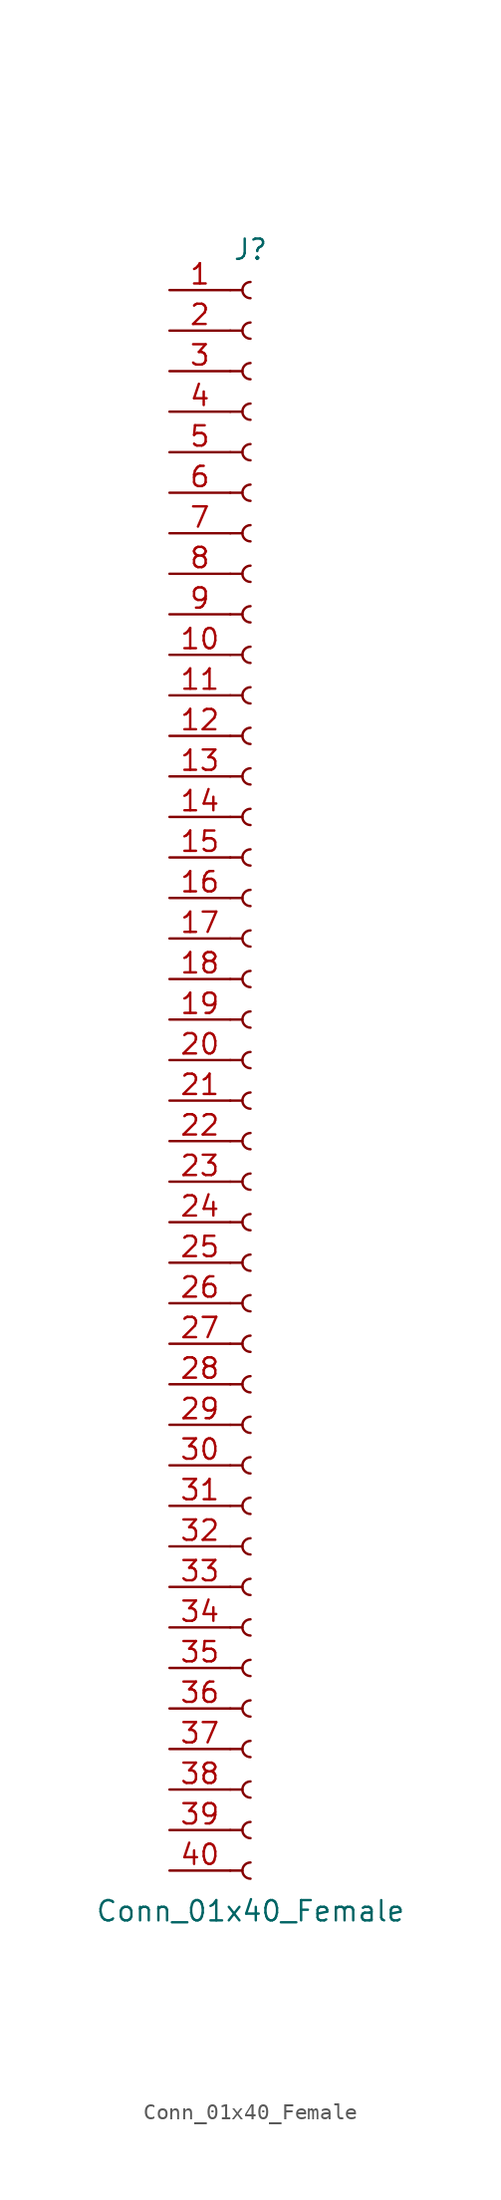
<source format=kicad_sym>
(kicad_symbol_lib
  (version 20220914)
  (generator kicad_symbol_editor)
  (symbol "Conn_01x40_Female"
    (pin_names
      (offset 1.016) hide)
    (property "Reference" "J"
      (at 0 50.8 0)
      (effects (font (size 1.27 1.27))))
    (property "Value" "Conn_01x40_Female"
      (at 0 -53.34 0)
      (effects (font (size 1.27 1.27))))
    (symbol "Conn_01x40_Female_1_1"
      (arc (start 0 -50.292) (mid -0.5058 -50.8) (end 0 -51.308) (stroke (width 0.1524) (type solid)) (fill (type none)))
      (arc (start 0 -47.752) (mid -0.5058 -48.26) (end 0 -48.768) (stroke (width 0.1524) (type solid)) (fill (type none)))
      (arc (start 0 -45.212) (mid -0.5058 -45.72) (end 0 -46.228) (stroke (width 0.1524) (type solid)) (fill (type none)))
      (arc (start 0 -42.672) (mid -0.5058 -43.18) (end 0 -43.688) (stroke (width 0.1524) (type solid)) (fill (type none)))
      (arc (start 0 -40.132) (mid -0.5058 -40.64) (end 0 -41.148) (stroke (width 0.1524) (type solid)) (fill (type none)))
      (arc (start 0 -37.592) (mid -0.5058 -38.1) (end 0 -38.608) (stroke (width 0.1524) (type solid)) (fill (type none)))
      (arc (start 0 -35.052) (mid -0.5058 -35.56) (end 0 -36.068) (stroke (width 0.1524) (type solid)) (fill (type none)))
      (arc (start 0 -32.512) (mid -0.5058 -33.02) (end 0 -33.528) (stroke (width 0.1524) (type solid)) (fill (type none)))
      (arc (start 0 -29.972) (mid -0.5058 -30.48) (end 0 -30.988) (stroke (width 0.1524) (type solid)) (fill (type none)))
      (arc (start 0 -27.432) (mid -0.5058 -27.94) (end 0 -28.448) (stroke (width 0.1524) (type solid)) (fill (type none)))
      (arc (start 0 -24.892) (mid -0.5058 -25.4) (end 0 -25.908) (stroke (width 0.1524) (type solid)) (fill (type none)))
      (arc (start 0 -22.352) (mid -0.5058 -22.86) (end 0 -23.368) (stroke (width 0.1524) (type solid)) (fill (type none)))
      (arc (start 0 -19.812) (mid -0.5058 -20.32) (end 0 -20.828) (stroke (width 0.1524) (type solid)) (fill (type none)))
      (arc (start 0 -17.272) (mid -0.5058 -17.78) (end 0 -18.288) (stroke (width 0.1524) (type solid)) (fill (type none)))
      (arc (start 0 -14.732) (mid -0.5058 -15.24) (end 0 -15.748) (stroke (width 0.1524) (type solid)) (fill (type none)))
      (arc (start 0 -12.192) (mid -0.5058 -12.7) (end 0 -13.208) (stroke (width 0.1524) (type solid)) (fill (type none)))
      (arc (start 0 -9.652) (mid -0.5058 -10.16) (end 0 -10.668) (stroke (width 0.1524) (type solid)) (fill (type none)))
      (arc (start 0 -7.112) (mid -0.5058 -7.62) (end 0 -8.128) (stroke (width 0.1524) (type solid)) (fill (type none)))
      (arc (start 0 -4.572) (mid -0.5058 -5.08) (end 0 -5.588) (stroke (width 0.1524) (type solid)) (fill (type none)))
      (arc (start 0 -2.032) (mid -0.5058 -2.54) (end 0 -3.048) (stroke (width 0.1524) (type solid)) (fill (type none)))
      (polyline (pts (xy -1.27 -50.8) (xy -0.508 -50.8)) (stroke (width 0.152) (type solid)) (fill (type none)))
      (polyline (pts (xy -1.27 -48.26) (xy -0.508 -48.26)) (stroke (width 0.152) (type solid)) (fill (type none)))
      (polyline (pts (xy -1.27 -45.72) (xy -0.508 -45.72)) (stroke (width 0.152) (type solid)) (fill (type none)))
      (polyline (pts (xy -1.27 -43.18) (xy -0.508 -43.18)) (stroke (width 0.152) (type solid)) (fill (type none)))
      (polyline (pts (xy -1.27 -40.64) (xy -0.508 -40.64)) (stroke (width 0.152) (type solid)) (fill (type none)))
      (polyline (pts (xy -1.27 -38.1) (xy -0.508 -38.1)) (stroke (width 0.152) (type solid)) (fill (type none)))
      (polyline (pts (xy -1.27 -35.56) (xy -0.508 -35.56)) (stroke (width 0.152) (type solid)) (fill (type none)))
      (polyline (pts (xy -1.27 -33.02) (xy -0.508 -33.02)) (stroke (width 0.152) (type solid)) (fill (type none)))
      (polyline (pts (xy -1.27 -30.48) (xy -0.508 -30.48)) (stroke (width 0.152) (type solid)) (fill (type none)))
      (polyline (pts (xy -1.27 -27.94) (xy -0.508 -27.94)) (stroke (width 0.152) (type solid)) (fill (type none)))
      (polyline (pts (xy -1.27 -25.4) (xy -0.508 -25.4)) (stroke (width 0.152) (type solid)) (fill (type none)))
      (polyline (pts (xy -1.27 -22.86) (xy -0.508 -22.86)) (stroke (width 0.152) (type solid)) (fill (type none)))
      (polyline (pts (xy -1.27 -20.32) (xy -0.508 -20.32)) (stroke (width 0.152) (type solid)) (fill (type none)))
      (polyline (pts (xy -1.27 -17.78) (xy -0.508 -17.78)) (stroke (width 0.152) (type solid)) (fill (type none)))
      (polyline (pts (xy -1.27 -15.24) (xy -0.508 -15.24)) (stroke (width 0.152) (type solid)) (fill (type none)))
      (polyline (pts (xy -1.27 -12.7) (xy -0.508 -12.7)) (stroke (width 0.152) (type solid)) (fill (type none)))
      (polyline (pts (xy -1.27 -10.16) (xy -0.508 -10.16)) (stroke (width 0.152) (type solid)) (fill (type none)))
      (polyline (pts (xy -1.27 -7.62) (xy -0.508 -7.62)) (stroke (width 0.152) (type solid)) (fill (type none)))
      (polyline (pts (xy -1.27 -5.08) (xy -0.508 -5.08)) (stroke (width 0.152) (type solid)) (fill (type none)))
      (polyline (pts (xy -1.27 -2.54) (xy -0.508 -2.54)) (stroke (width 0.152) (type solid)) (fill (type none)))
      (polyline (pts (xy -1.27 0) (xy -0.508 0)) (stroke (width 0.152) (type solid)) (fill (type none)))
      (polyline (pts (xy -1.27 2.54) (xy -0.508 2.54)) (stroke (width 0.152) (type solid)) (fill (type none)))
      (polyline (pts (xy -1.27 5.08) (xy -0.508 5.08)) (stroke (width 0.152) (type solid)) (fill (type none)))
      (polyline (pts (xy -1.27 7.62) (xy -0.508 7.62)) (stroke (width 0.152) (type solid)) (fill (type none)))
      (polyline (pts (xy -1.27 10.16) (xy -0.508 10.16)) (stroke (width 0.152) (type solid)) (fill (type none)))
      (polyline (pts (xy -1.27 12.7) (xy -0.508 12.7)) (stroke (width 0.152) (type solid)) (fill (type none)))
      (polyline (pts (xy -1.27 15.24) (xy -0.508 15.24)) (stroke (width 0.152) (type solid)) (fill (type none)))
      (polyline (pts (xy -1.27 17.78) (xy -0.508 17.78)) (stroke (width 0.152) (type solid)) (fill (type none)))
      (polyline (pts (xy -1.27 20.32) (xy -0.508 20.32)) (stroke (width 0.152) (type solid)) (fill (type none)))
      (polyline (pts (xy -1.27 22.86) (xy -0.508 22.86)) (stroke (width 0.152) (type solid)) (fill (type none)))
      (polyline (pts (xy -1.27 25.4) (xy -0.508 25.4)) (stroke (width 0.152) (type solid)) (fill (type none)))
      (polyline (pts (xy -1.27 27.94) (xy -0.508 27.94)) (stroke (width 0.152) (type solid)) (fill (type none)))
      (polyline (pts (xy -1.27 30.48) (xy -0.508 30.48)) (stroke (width 0.152) (type solid)) (fill (type none)))
      (polyline (pts (xy -1.27 33.02) (xy -0.508 33.02)) (stroke (width 0.152) (type solid)) (fill (type none)))
      (polyline (pts (xy -1.27 35.56) (xy -0.508 35.56)) (stroke (width 0.152) (type solid)) (fill (type none)))
      (polyline (pts (xy -1.27 38.1) (xy -0.508 38.1)) (stroke (width 0.152) (type solid)) (fill (type none)))
      (polyline (pts (xy -1.27 40.64) (xy -0.508 40.64)) (stroke (width 0.152) (type solid)) (fill (type none)))
      (polyline (pts (xy -1.27 43.18) (xy -0.508 43.18)) (stroke (width 0.152) (type solid)) (fill (type none)))
      (polyline (pts (xy -1.27 45.72) (xy -0.508 45.72)) (stroke (width 0.152) (type solid)) (fill (type none)))
      (polyline (pts (xy -1.27 48.26) (xy -0.508 48.26)) (stroke (width 0.152) (type solid)) (fill (type none)))
      (arc (start 0 0.508) (mid -0.5058 0) (end 0 -0.508) (stroke (width 0.1524) (type solid)) (fill (type none)))
      (arc (start 0 3.048) (mid -0.5058 2.54) (end 0 2.032) (stroke (width 0.1524) (type solid)) (fill (type none)))
      (arc (start 0 5.588) (mid -0.5058 5.08) (end 0 4.572) (stroke (width 0.1524) (type solid)) (fill (type none)))
      (arc (start 0 8.128) (mid -0.5058 7.62) (end 0 7.112) (stroke (width 0.1524) (type solid)) (fill (type none)))
      (arc (start 0 10.668) (mid -0.5058 10.16) (end 0 9.652) (stroke (width 0.1524) (type solid)) (fill (type none)))
      (arc (start 0 13.208) (mid -0.5058 12.7) (end 0 12.192) (stroke (width 0.1524) (type solid)) (fill (type none)))
      (arc (start 0 15.748) (mid -0.5058 15.24) (end 0 14.732) (stroke (width 0.1524) (type solid)) (fill (type none)))
      (arc (start 0 18.288) (mid -0.5058 17.78) (end 0 17.272) (stroke (width 0.1524) (type solid)) (fill (type none)))
      (arc (start 0 20.828) (mid -0.5058 20.32) (end 0 19.812) (stroke (width 0.1524) (type solid)) (fill (type none)))
      (arc (start 0 23.368) (mid -0.5058 22.86) (end 0 22.352) (stroke (width 0.1524) (type solid)) (fill (type none)))
      (arc (start 0 25.908) (mid -0.5058 25.4) (end 0 24.892) (stroke (width 0.1524) (type solid)) (fill (type none)))
      (arc (start 0 28.448) (mid -0.5058 27.94) (end 0 27.432) (stroke (width 0.1524) (type solid)) (fill (type none)))
      (arc (start 0 30.988) (mid -0.5058 30.48) (end 0 29.972) (stroke (width 0.1524) (type solid)) (fill (type none)))
      (arc (start 0 33.528) (mid -0.5058 33.02) (end 0 32.512) (stroke (width 0.1524) (type solid)) (fill (type none)))
      (arc (start 0 36.068) (mid -0.5058 35.56) (end 0 35.052) (stroke (width 0.1524) (type solid)) (fill (type none)))
      (arc (start 0 38.608) (mid -0.5058 38.1) (end 0 37.592) (stroke (width 0.1524) (type solid)) (fill (type none)))
      (arc (start 0 41.148) (mid -0.5058 40.64) (end 0 40.132) (stroke (width 0.1524) (type solid)) (fill (type none)))
      (arc (start 0 43.688) (mid -0.5058 43.18) (end 0 42.672) (stroke (width 0.1524) (type solid)) (fill (type none)))
      (arc (start 0 46.228) (mid -0.5058 45.72) (end 0 45.212) (stroke (width 0.1524) (type solid)) (fill (type none)))
      (arc (start 0 48.768) (mid -0.5058 48.26) (end 0 47.752) (stroke (width 0.1524) (type solid)) (fill (type none)))
      (pin passive line (at -5.08 48.26 0) (length 3.81) (name "Pin_1" (effects (font (size 1.27 1.27)))) (number "1" (effects (font (size 1.27 1.27)))))
      (pin passive line (at -5.08 25.4 0) (length 3.81) (name "Pin_10" (effects (font (size 1.27 1.27)))) (number "10" (effects (font (size 1.27 1.27)))))
      (pin passive line (at -5.08 22.86 0) (length 3.81) (name "Pin_11" (effects (font (size 1.27 1.27)))) (number "11" (effects (font (size 1.27 1.27)))))
      (pin passive line (at -5.08 20.32 0) (length 3.81) (name "Pin_12" (effects (font (size 1.27 1.27)))) (number "12" (effects (font (size 1.27 1.27)))))
      (pin passive line (at -5.08 17.78 0) (length 3.81) (name "Pin_13" (effects (font (size 1.27 1.27)))) (number "13" (effects (font (size 1.27 1.27)))))
      (pin passive line (at -5.08 15.24 0) (length 3.81) (name "Pin_14" (effects (font (size 1.27 1.27)))) (number "14" (effects (font (size 1.27 1.27)))))
      (pin passive line (at -5.08 12.7 0) (length 3.81) (name "Pin_15" (effects (font (size 1.27 1.27)))) (number "15" (effects (font (size 1.27 1.27)))))
      (pin passive line (at -5.08 10.16 0) (length 3.81) (name "Pin_16" (effects (font (size 1.27 1.27)))) (number "16" (effects (font (size 1.27 1.27)))))
      (pin passive line (at -5.08 7.62 0) (length 3.81) (name "Pin_17" (effects (font (size 1.27 1.27)))) (number "17" (effects (font (size 1.27 1.27)))))
      (pin passive line (at -5.08 5.08 0) (length 3.81) (name "Pin_18" (effects (font (size 1.27 1.27)))) (number "18" (effects (font (size 1.27 1.27)))))
      (pin passive line (at -5.08 2.54 0) (length 3.81) (name "Pin_19" (effects (font (size 1.27 1.27)))) (number "19" (effects (font (size 1.27 1.27)))))
      (pin passive line (at -5.08 45.72 0) (length 3.81) (name "Pin_2" (effects (font (size 1.27 1.27)))) (number "2" (effects (font (size 1.27 1.27)))))
      (pin passive line (at -5.08 0 0) (length 3.81) (name "Pin_20" (effects (font (size 1.27 1.27)))) (number "20" (effects (font (size 1.27 1.27)))))
      (pin passive line (at -5.08 -2.54 0) (length 3.81) (name "Pin_21" (effects (font (size 1.27 1.27)))) (number "21" (effects (font (size 1.27 1.27)))))
      (pin passive line (at -5.08 -5.08 0) (length 3.81) (name "Pin_22" (effects (font (size 1.27 1.27)))) (number "22" (effects (font (size 1.27 1.27)))))
      (pin passive line (at -5.08 -7.62 0) (length 3.81) (name "Pin_23" (effects (font (size 1.27 1.27)))) (number "23" (effects (font (size 1.27 1.27)))))
      (pin passive line (at -5.08 -10.16 0) (length 3.81) (name "Pin_24" (effects (font (size 1.27 1.27)))) (number "24" (effects (font (size 1.27 1.27)))))
      (pin passive line (at -5.08 -12.7 0) (length 3.81) (name "Pin_25" (effects (font (size 1.27 1.27)))) (number "25" (effects (font (size 1.27 1.27)))))
      (pin passive line (at -5.08 -15.24 0) (length 3.81) (name "Pin_26" (effects (font (size 1.27 1.27)))) (number "26" (effects (font (size 1.27 1.27)))))
      (pin passive line (at -5.08 -17.78 0) (length 3.81) (name "Pin_27" (effects (font (size 1.27 1.27)))) (number "27" (effects (font (size 1.27 1.27)))))
      (pin passive line (at -5.08 -20.32 0) (length 3.81) (name "Pin_28" (effects (font (size 1.27 1.27)))) (number "28" (effects (font (size 1.27 1.27)))))
      (pin passive line (at -5.08 -22.86 0) (length 3.81) (name "Pin_29" (effects (font (size 1.27 1.27)))) (number "29" (effects (font (size 1.27 1.27)))))
      (pin passive line (at -5.08 43.18 0) (length 3.81) (name "Pin_3" (effects (font (size 1.27 1.27)))) (number "3" (effects (font (size 1.27 1.27)))))
      (pin passive line (at -5.08 -25.4 0) (length 3.81) (name "Pin_30" (effects (font (size 1.27 1.27)))) (number "30" (effects (font (size 1.27 1.27)))))
      (pin passive line (at -5.08 -27.94 0) (length 3.81) (name "Pin_31" (effects (font (size 1.27 1.27)))) (number "31" (effects (font (size 1.27 1.27)))))
      (pin passive line (at -5.08 -30.48 0) (length 3.81) (name "Pin_32" (effects (font (size 1.27 1.27)))) (number "32" (effects (font (size 1.27 1.27)))))
      (pin passive line (at -5.08 -33.02 0) (length 3.81) (name "Pin_33" (effects (font (size 1.27 1.27)))) (number "33" (effects (font (size 1.27 1.27)))))
      (pin passive line (at -5.08 -35.56 0) (length 3.81) (name "Pin_34" (effects (font (size 1.27 1.27)))) (number "34" (effects (font (size 1.27 1.27)))))
      (pin passive line (at -5.08 -38.1 0) (length 3.81) (name "Pin_35" (effects (font (size 1.27 1.27)))) (number "35" (effects (font (size 1.27 1.27)))))
      (pin passive line (at -5.08 -40.64 0) (length 3.81) (name "Pin_36" (effects (font (size 1.27 1.27)))) (number "36" (effects (font (size 1.27 1.27)))))
      (pin passive line (at -5.08 -43.18 0) (length 3.81) (name "Pin_37" (effects (font (size 1.27 1.27)))) (number "37" (effects (font (size 1.27 1.27)))))
      (pin passive line (at -5.08 -45.72 0) (length 3.81) (name "Pin_38" (effects (font (size 1.27 1.27)))) (number "38" (effects (font (size 1.27 1.27)))))
      (pin passive line (at -5.08 -48.26 0) (length 3.81) (name "Pin_39" (effects (font (size 1.27 1.27)))) (number "39" (effects (font (size 1.27 1.27)))))
      (pin passive line (at -5.08 40.64 0) (length 3.81) (name "Pin_4" (effects (font (size 1.27 1.27)))) (number "4" (effects (font (size 1.27 1.27)))))
      (pin passive line (at -5.08 -50.8 0) (length 3.81) (name "Pin_40" (effects (font (size 1.27 1.27)))) (number "40" (effects (font (size 1.27 1.27)))))
      (pin passive line (at -5.08 38.1 0) (length 3.81) (name "Pin_5" (effects (font (size 1.27 1.27)))) (number "5" (effects (font (size 1.27 1.27)))))
      (pin passive line (at -5.08 35.56 0) (length 3.81) (name "Pin_6" (effects (font (size 1.27 1.27)))) (number "6" (effects (font (size 1.27 1.27)))))
      (pin passive line (at -5.08 33.02 0) (length 3.81) (name "Pin_7" (effects (font (size 1.27 1.27)))) (number "7" (effects (font (size 1.27 1.27)))))
      (pin passive line (at -5.08 30.48 0) (length 3.81) (name "Pin_8" (effects (font (size 1.27 1.27)))) (number "8" (effects (font (size 1.27 1.27)))))
      (pin passive line (at -5.08 27.94 0) (length 3.81) (name "Pin_9" (effects (font (size 1.27 1.27)))) (number "9" (effects (font (size 1.27 1.27))))))))
</source>
